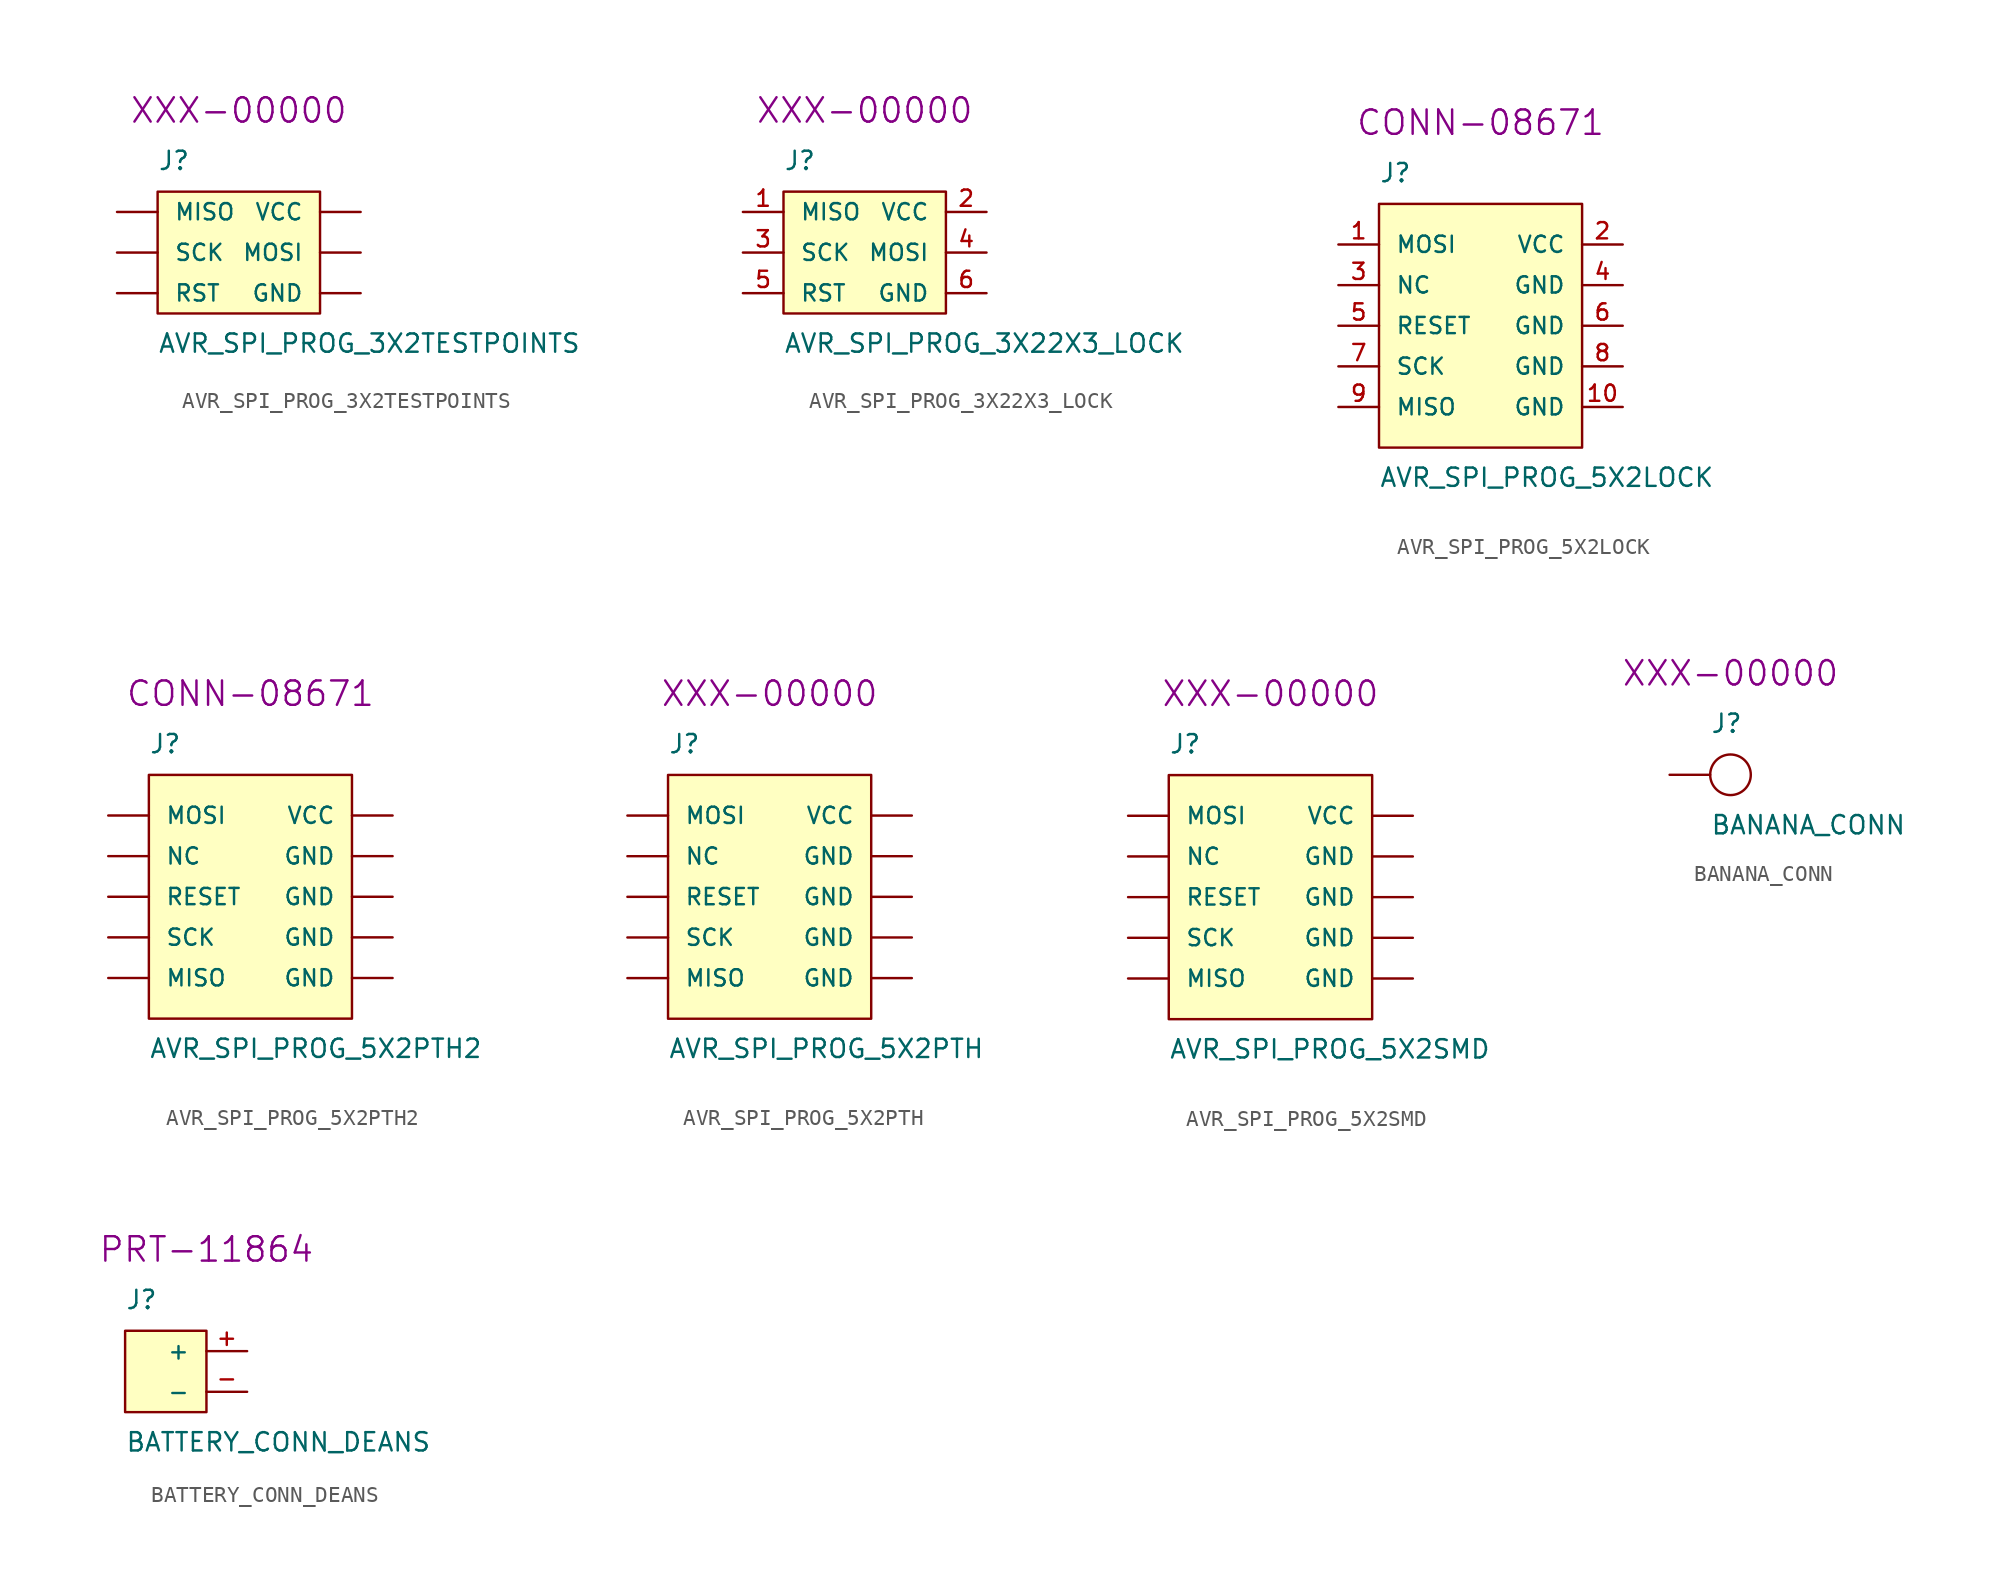
<source format=kicad_sym>
(kicad_symbol_lib
  (version 20220914)
  (generator kicad_symbol_editor)
  (symbol "AVR_SPI_PROG_3X2TESTPOINTS"
    (pin_numbers hide)
    (pin_names
      (offset 1.016))
    (property "Reference" "J"
      (at -5.08 5.08 0)
      (effects (font (size 1.143 1.143)) (justify left bottom)))
    (property "Value" "AVR_SPI_PROG_3X2TESTPOINTS"
      (at -5.08 -6.35 0)
      (effects (font (size 1.143 1.143)) (justify left bottom)))
    (property "Field4" "XXX-00000"
      (at 0 8.89 0)
      (effects (font (size 1.524 1.524))))
    (property "ki_locked" ""
      (at 0 0 0)
      (effects (font (size 1.27 1.27))))
    (symbol "AVR_SPI_PROG_3X2TESTPOINTS_1_1"
      (polyline (pts (xy -5.08 -3.81) (xy 5.08 -3.81) (xy 5.08 3.81) (xy -5.08 3.81) (xy -5.08 -3.81)) (stroke (width 0) (type solid)) (fill (type background)))
      (pin passive line (at -7.62 2.54 0) (length 2.54) (name "MISO" (effects (font (size 1.016 1.016)))) (number "1" (effects (font (size 1.016 1.016)))))
      (pin passive line (at 7.62 2.54 180) (length 2.54) (name "VCC" (effects (font (size 1.016 1.016)))) (number "2" (effects (font (size 1.016 1.016)))))
      (pin passive line (at -7.62 0 0) (length 2.54) (name "SCK" (effects (font (size 1.016 1.016)))) (number "3" (effects (font (size 1.016 1.016)))))
      (pin passive line (at 7.62 0 180) (length 2.54) (name "MOSI" (effects (font (size 1.016 1.016)))) (number "4" (effects (font (size 1.016 1.016)))))
      (pin passive line (at -7.62 -2.54 0) (length 2.54) (name "RST" (effects (font (size 1.016 1.016)))) (number "5" (effects (font (size 1.016 1.016)))))
      (pin passive line (at 7.62 -2.54 180) (length 2.54) (name "GND" (effects (font (size 1.016 1.016)))) (number "6" (effects (font (size 1.016 1.016)))))))
  (symbol "AVR_SPI_PROG_3X22X3_LOCK"
    (pin_names
      (offset 1.016))
    (property "Reference" "J"
      (at -5.08 5.08 0)
      (effects (font (size 1.143 1.143)) (justify left bottom)))
    (property "Value" "AVR_SPI_PROG_3X22X3_LOCK"
      (at -5.08 -6.35 0)
      (effects (font (size 1.143 1.143)) (justify left bottom)))
    (property "Field4" "XXX-00000"
      (at 0 8.89 0)
      (effects (font (size 1.524 1.524))))
    (symbol "AVR_SPI_PROG_3X22X3_LOCK_1_1"
      (polyline (pts (xy -5.08 -3.81) (xy 5.08 -3.81) (xy 5.08 3.81) (xy -5.08 3.81) (xy -5.08 -3.81)) (stroke (width 0) (type solid)) (fill (type background)))
      (pin passive line (at -7.62 2.54 0) (length 2.54) (name "MISO" (effects (font (size 1.016 1.016)))) (number "1" (effects (font (size 1.016 1.016)))))
      (pin passive line (at 7.62 2.54 180) (length 2.54) (name "VCC" (effects (font (size 1.016 1.016)))) (number "2" (effects (font (size 1.016 1.016)))))
      (pin passive line (at -7.62 0 0) (length 2.54) (name "SCK" (effects (font (size 1.016 1.016)))) (number "3" (effects (font (size 1.016 1.016)))))
      (pin passive line (at 7.62 0 180) (length 2.54) (name "MOSI" (effects (font (size 1.016 1.016)))) (number "4" (effects (font (size 1.016 1.016)))))
      (pin passive line (at -7.62 -2.54 0) (length 2.54) (name "RST" (effects (font (size 1.016 1.016)))) (number "5" (effects (font (size 1.016 1.016)))))
      (pin passive line (at 7.62 -2.54 180) (length 2.54) (name "GND" (effects (font (size 1.016 1.016)))) (number "6" (effects (font (size 1.016 1.016)))))))
  (symbol "AVR_SPI_PROG_5X2LOCK"
    (pin_names
      (offset 1.016))
    (property "Reference" "J"
      (at -6.35 8.89 0)
      (effects (font (size 1.143 1.143)) (justify left bottom)))
    (property "Value" "AVR_SPI_PROG_5X2LOCK"
      (at -6.35 -10.16 0)
      (effects (font (size 1.143 1.143)) (justify left bottom)))
    (property "Field4" "CONN-08671"
      (at 0 12.7 0)
      (effects (font (size 1.524 1.524))))
    (symbol "AVR_SPI_PROG_5X2LOCK_1_1"
      (polyline (pts (xy -6.35 -7.62) (xy 6.35 -7.62) (xy 6.35 7.62) (xy -6.35 7.62) (xy -6.35 -7.62)) (stroke (width 0) (type solid)) (fill (type background)))
      (pin passive line (at -8.89 5.08 0) (length 2.54) (name "MOSI" (effects (font (size 1.016 1.016)))) (number "1" (effects (font (size 1.016 1.016)))))
      (pin power_in line (at 8.89 -5.08 180) (length 2.54) (name "GND" (effects (font (size 1.016 1.016)))) (number "10" (effects (font (size 1.016 1.016)))))
      (pin power_in line (at 8.89 5.08 180) (length 2.54) (name "VCC" (effects (font (size 1.016 1.016)))) (number "2" (effects (font (size 1.016 1.016)))))
      (pin passive line (at -8.89 2.54 0) (length 2.54) (name "NC" (effects (font (size 1.016 1.016)))) (number "3" (effects (font (size 1.016 1.016)))))
      (pin power_in line (at 8.89 2.54 180) (length 2.54) (name "GND" (effects (font (size 1.016 1.016)))) (number "4" (effects (font (size 1.016 1.016)))))
      (pin passive line (at -8.89 0 0) (length 2.54) (name "RESET" (effects (font (size 1.016 1.016)))) (number "5" (effects (font (size 1.016 1.016)))))
      (pin power_in line (at 8.89 0 180) (length 2.54) (name "GND" (effects (font (size 1.016 1.016)))) (number "6" (effects (font (size 1.016 1.016)))))
      (pin passive line (at -8.89 -2.54 0) (length 2.54) (name "SCK" (effects (font (size 1.016 1.016)))) (number "7" (effects (font (size 1.016 1.016)))))
      (pin power_in line (at 8.89 -2.54 180) (length 2.54) (name "GND" (effects (font (size 1.016 1.016)))) (number "8" (effects (font (size 1.016 1.016)))))
      (pin passive line (at -8.89 -5.08 0) (length 2.54) (name "MISO" (effects (font (size 1.016 1.016)))) (number "9" (effects (font (size 1.016 1.016)))))))
  (symbol "AVR_SPI_PROG_5X2PTH2"
    (pin_numbers hide)
    (pin_names
      (offset 1.016))
    (property "Reference" "J"
      (at -6.35 8.89 0)
      (effects (font (size 1.143 1.143)) (justify left bottom)))
    (property "Value" "AVR_SPI_PROG_5X2PTH2"
      (at -6.35 -10.16 0)
      (effects (font (size 1.143 1.143)) (justify left bottom)))
    (property "Field4" "CONN-08671"
      (at 0 12.7 0)
      (effects (font (size 1.524 1.524))))
    (property "ki_locked" ""
      (at 0 0 0)
      (effects (font (size 1.27 1.27))))
    (symbol "AVR_SPI_PROG_5X2PTH2_1_1"
      (polyline (pts (xy -6.35 -7.62) (xy 6.35 -7.62) (xy 6.35 7.62) (xy -6.35 7.62) (xy -6.35 -7.62)) (stroke (width 0) (type solid)) (fill (type background)))
      (pin passive line (at -8.89 5.08 0) (length 2.54) (name "MOSI" (effects (font (size 1.016 1.016)))) (number "1" (effects (font (size 1.016 1.016)))))
      (pin power_in line (at 8.89 -5.08 180) (length 2.54) (name "GND" (effects (font (size 1.016 1.016)))) (number "10" (effects (font (size 1.016 1.016)))))
      (pin power_in line (at 8.89 5.08 180) (length 2.54) (name "VCC" (effects (font (size 1.016 1.016)))) (number "2" (effects (font (size 1.016 1.016)))))
      (pin passive line (at -8.89 2.54 0) (length 2.54) (name "NC" (effects (font (size 1.016 1.016)))) (number "3" (effects (font (size 1.016 1.016)))))
      (pin power_in line (at 8.89 2.54 180) (length 2.54) (name "GND" (effects (font (size 1.016 1.016)))) (number "4" (effects (font (size 1.016 1.016)))))
      (pin passive line (at -8.89 0 0) (length 2.54) (name "RESET" (effects (font (size 1.016 1.016)))) (number "5" (effects (font (size 1.016 1.016)))))
      (pin power_in line (at 8.89 0 180) (length 2.54) (name "GND" (effects (font (size 1.016 1.016)))) (number "6" (effects (font (size 1.016 1.016)))))
      (pin passive line (at -8.89 -2.54 0) (length 2.54) (name "SCK" (effects (font (size 1.016 1.016)))) (number "7" (effects (font (size 1.016 1.016)))))
      (pin power_in line (at 8.89 -2.54 180) (length 2.54) (name "GND" (effects (font (size 1.016 1.016)))) (number "8" (effects (font (size 1.016 1.016)))))
      (pin passive line (at -8.89 -5.08 0) (length 2.54) (name "MISO" (effects (font (size 1.016 1.016)))) (number "9" (effects (font (size 1.016 1.016)))))))
  (symbol "AVR_SPI_PROG_5X2PTH"
    (pin_numbers hide)
    (pin_names
      (offset 1.016))
    (property "Reference" "J"
      (at -6.35 8.89 0)
      (effects (font (size 1.143 1.143)) (justify left bottom)))
    (property "Value" "AVR_SPI_PROG_5X2PTH"
      (at -6.35 -10.16 0)
      (effects (font (size 1.143 1.143)) (justify left bottom)))
    (property "Field4" "XXX-00000"
      (at 0 12.7 0)
      (effects (font (size 1.524 1.524))))
    (property "ki_locked" ""
      (at 0 0 0)
      (effects (font (size 1.27 1.27))))
    (symbol "AVR_SPI_PROG_5X2PTH_1_1"
      (polyline (pts (xy -6.35 -7.62) (xy 6.35 -7.62) (xy 6.35 7.62) (xy -6.35 7.62) (xy -6.35 -7.62)) (stroke (width 0) (type solid)) (fill (type background)))
      (pin passive line (at -8.89 5.08 0) (length 2.54) (name "MOSI" (effects (font (size 1.016 1.016)))) (number "1" (effects (font (size 1.016 1.016)))))
      (pin power_in line (at 8.89 -5.08 180) (length 2.54) (name "GND" (effects (font (size 1.016 1.016)))) (number "10" (effects (font (size 1.016 1.016)))))
      (pin power_in line (at 8.89 5.08 180) (length 2.54) (name "VCC" (effects (font (size 1.016 1.016)))) (number "2" (effects (font (size 1.016 1.016)))))
      (pin passive line (at -8.89 2.54 0) (length 2.54) (name "NC" (effects (font (size 1.016 1.016)))) (number "3" (effects (font (size 1.016 1.016)))))
      (pin power_in line (at 8.89 2.54 180) (length 2.54) (name "GND" (effects (font (size 1.016 1.016)))) (number "4" (effects (font (size 1.016 1.016)))))
      (pin passive line (at -8.89 0 0) (length 2.54) (name "RESET" (effects (font (size 1.016 1.016)))) (number "5" (effects (font (size 1.016 1.016)))))
      (pin power_in line (at 8.89 0 180) (length 2.54) (name "GND" (effects (font (size 1.016 1.016)))) (number "6" (effects (font (size 1.016 1.016)))))
      (pin passive line (at -8.89 -2.54 0) (length 2.54) (name "SCK" (effects (font (size 1.016 1.016)))) (number "7" (effects (font (size 1.016 1.016)))))
      (pin power_in line (at 8.89 -2.54 180) (length 2.54) (name "GND" (effects (font (size 1.016 1.016)))) (number "8" (effects (font (size 1.016 1.016)))))
      (pin passive line (at -8.89 -5.08 0) (length 2.54) (name "MISO" (effects (font (size 1.016 1.016)))) (number "9" (effects (font (size 1.016 1.016)))))))
  (symbol "AVR_SPI_PROG_5X2SMD"
    (pin_numbers hide)
    (pin_names
      (offset 1.016))
    (property "Reference" "J"
      (at -6.35 8.89 0)
      (effects (font (size 1.143 1.143)) (justify left bottom)))
    (property "Value" "AVR_SPI_PROG_5X2SMD"
      (at -6.35 -10.16 0)
      (effects (font (size 1.143 1.143)) (justify left bottom)))
    (property "Field4" "XXX-00000"
      (at 0 12.7 0)
      (effects (font (size 1.524 1.524))))
    (property "ki_locked" ""
      (at 0 0 0)
      (effects (font (size 1.27 1.27))))
    (symbol "AVR_SPI_PROG_5X2SMD_1_1"
      (polyline (pts (xy -6.35 -7.62) (xy 6.35 -7.62) (xy 6.35 7.62) (xy -6.35 7.62) (xy -6.35 -7.62)) (stroke (width 0) (type solid)) (fill (type background)))
      (pin passive line (at -8.89 5.08 0) (length 2.54) (name "MOSI" (effects (font (size 1.016 1.016)))) (number "1" (effects (font (size 1.016 1.016)))))
      (pin power_in line (at 8.89 -5.08 180) (length 2.54) (name "GND" (effects (font (size 1.016 1.016)))) (number "10" (effects (font (size 1.016 1.016)))))
      (pin power_in line (at 8.89 5.08 180) (length 2.54) (name "VCC" (effects (font (size 1.016 1.016)))) (number "2" (effects (font (size 1.016 1.016)))))
      (pin passive line (at -8.89 2.54 0) (length 2.54) (name "NC" (effects (font (size 1.016 1.016)))) (number "3" (effects (font (size 1.016 1.016)))))
      (pin power_in line (at 8.89 2.54 180) (length 2.54) (name "GND" (effects (font (size 1.016 1.016)))) (number "4" (effects (font (size 1.016 1.016)))))
      (pin passive line (at -8.89 0 0) (length 2.54) (name "RESET" (effects (font (size 1.016 1.016)))) (number "5" (effects (font (size 1.016 1.016)))))
      (pin power_in line (at 8.89 0 180) (length 2.54) (name "GND" (effects (font (size 1.016 1.016)))) (number "6" (effects (font (size 1.016 1.016)))))
      (pin passive line (at -8.89 -2.54 0) (length 2.54) (name "SCK" (effects (font (size 1.016 1.016)))) (number "7" (effects (font (size 1.016 1.016)))))
      (pin power_in line (at 8.89 -2.54 180) (length 2.54) (name "GND" (effects (font (size 1.016 1.016)))) (number "8" (effects (font (size 1.016 1.016)))))
      (pin passive line (at -8.89 -5.08 0) (length 2.54) (name "MISO" (effects (font (size 1.016 1.016)))) (number "9" (effects (font (size 1.016 1.016)))))))
  (symbol "BANANA_CONN"
    (pin_numbers hide)
    (pin_names
      (offset 1.016) hide)
    (property "Reference" "J"
      (at -1.27 2.54 0)
      (effects (font (size 1.143 1.143)) (justify left bottom)))
    (property "Value" "BANANA_CONN"
      (at -1.27 -3.81 0)
      (effects (font (size 1.143 1.143)) (justify left bottom)))
    (property "Field4" "XXX-00000"
      (at 0 6.35 0)
      (effects (font (size 1.524 1.524))))
    (property "ki_locked" ""
      (at 0 0 0)
      (effects (font (size 1.27 1.27))))
    (symbol "BANANA_CONN_1_1"
      (circle (center 0 0) (radius 1.27) (stroke (width 0) (type solid)) (fill (type none)))
      (pin passive line (at -3.81 0 0) (length 2.54) (name "1" (effects (font (size 1.016 1.016)))) (number "1" (effects (font (size 1.016 1.016)))))))
  (symbol "BATTERY_CONN_DEANS"
    (pin_names
      (offset 1.016))
    (property "Reference" "J"
      (at -5.08 5.08 0)
      (effects (font (size 1.143 1.143)) (justify left bottom)))
    (property "Value" "BATTERY_CONN_DEANS"
      (at -5.08 -3.81 0)
      (effects (font (size 1.143 1.143)) (justify left bottom)))
    (property "Field4" "PRT-11864"
      (at 0 8.89 0)
      (effects (font (size 1.524 1.524))))
    (property "ki_locked" ""
      (at 0 0 0)
      (effects (font (size 1.27 1.27))))
    (symbol "BATTERY_CONN_DEANS_0_1"
      (rectangle (start 0 3.81) (end -5.08 -1.27) (stroke (width 0) (type solid)) (fill (type background))))
    (symbol "BATTERY_CONN_DEANS_1_1"
      (pin passive line (at 2.54 2.54 180) (length 2.54) (name "+" (effects (font (size 1.016 1.016)))) (number "+" (effects (font (size 1.016 1.016)))))
      (pin passive line (at 2.54 0 180) (length 2.54) (name "-" (effects (font (size 1.016 1.016)))) (number "-" (effects (font (size 1.016 1.016))))))))
</source>
